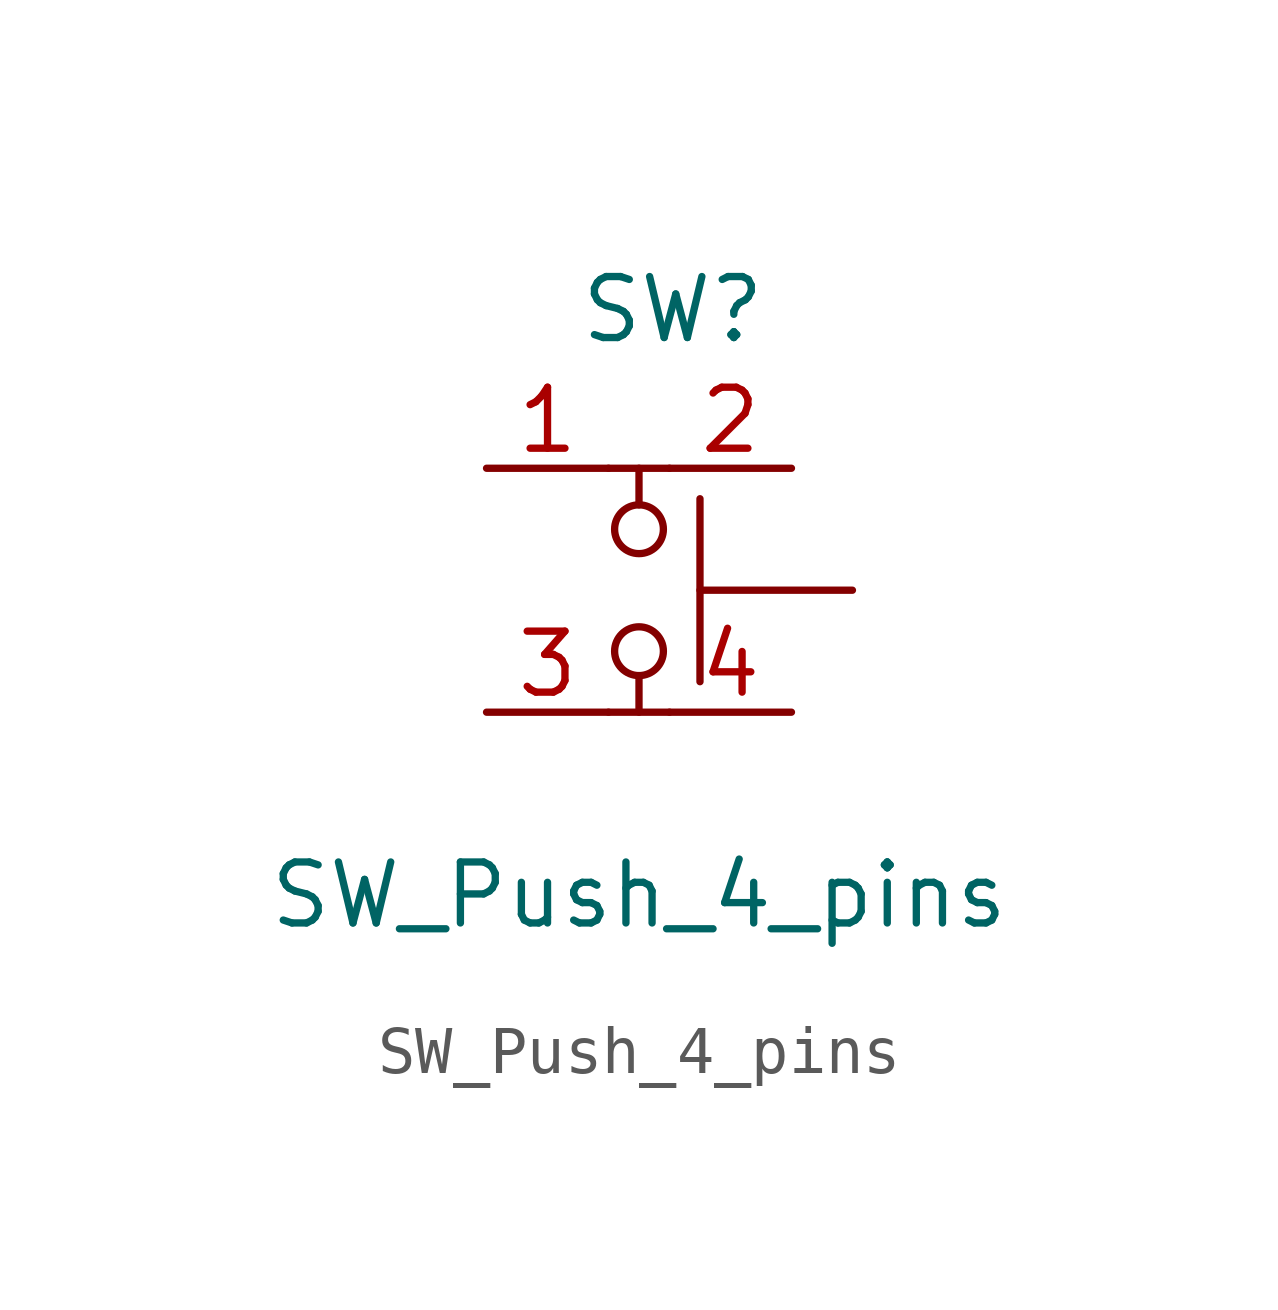
<source format=kicad_sym>
(kicad_symbol_lib
  (version 20220914)
  (generator kicad_symbol_editor)
  (symbol "SW_Push_4_pins"
    (pin_names
      (offset 1.016) hide)
    (property "Reference" "SW"
      (at -1.27 3.302 0)
      (effects (font (size 1.27 1.27)) (justify left)))
    (property "Value" "SW_Push_4_pins"
      (at 0 -8.89 0)
      (effects (font (size 1.27 1.27))))
    (symbol "SW_Push_4_pins_0_1"
      (circle (center 0 -3.81) (radius 0.508) (stroke (width 0) (type default)) (fill (type none)))
      (circle (center 0 -1.27) (radius 0.508) (stroke (width 0) (type default)) (fill (type none)))
      (polyline (pts (xy -0.635 -5.08) (xy 0.635 -5.08)) (stroke (width 0) (type default)) (fill (type none)))
      (polyline (pts (xy -0.635 0) (xy 0.635 0)) (stroke (width 0) (type default)) (fill (type none)))
      (polyline (pts (xy 0 -4.318) (xy 0 -5.08)) (stroke (width 0) (type default)) (fill (type none)))
      (polyline (pts (xy 0 0) (xy 0 -0.762)) (stroke (width 0) (type default)) (fill (type none)))
      (polyline (pts (xy 1.27 -4.445) (xy 1.27 -0.635)) (stroke (width 0) (type default)) (fill (type none)))
      (polyline (pts (xy 1.27 -2.54) (xy 4.445 -2.54)) (stroke (width 0) (type default)) (fill (type none)))
      (pin passive line (at -3.175 0 0) (length 2.54) (name "1" (effects (font (size 1.27 1.27)))) (number "1" (effects (font (size 1.27 1.27)))))
      (pin passive line (at 3.175 0 180) (length 2.54) (name "2" (effects (font (size 1.27 1.27)))) (number "2" (effects (font (size 1.27 1.27)))))
      (pin passive line (at -3.175 -5.08 0) (length 2.54) (name "3" (effects (font (size 1.27 1.27)))) (number "3" (effects (font (size 1.27 1.27)))))
      (pin passive line (at 3.175 -5.08 180) (length 2.54) (name "4" (effects (font (size 1.27 1.27)))) (number "4" (effects (font (size 1.27 1.27))))))))
</source>
